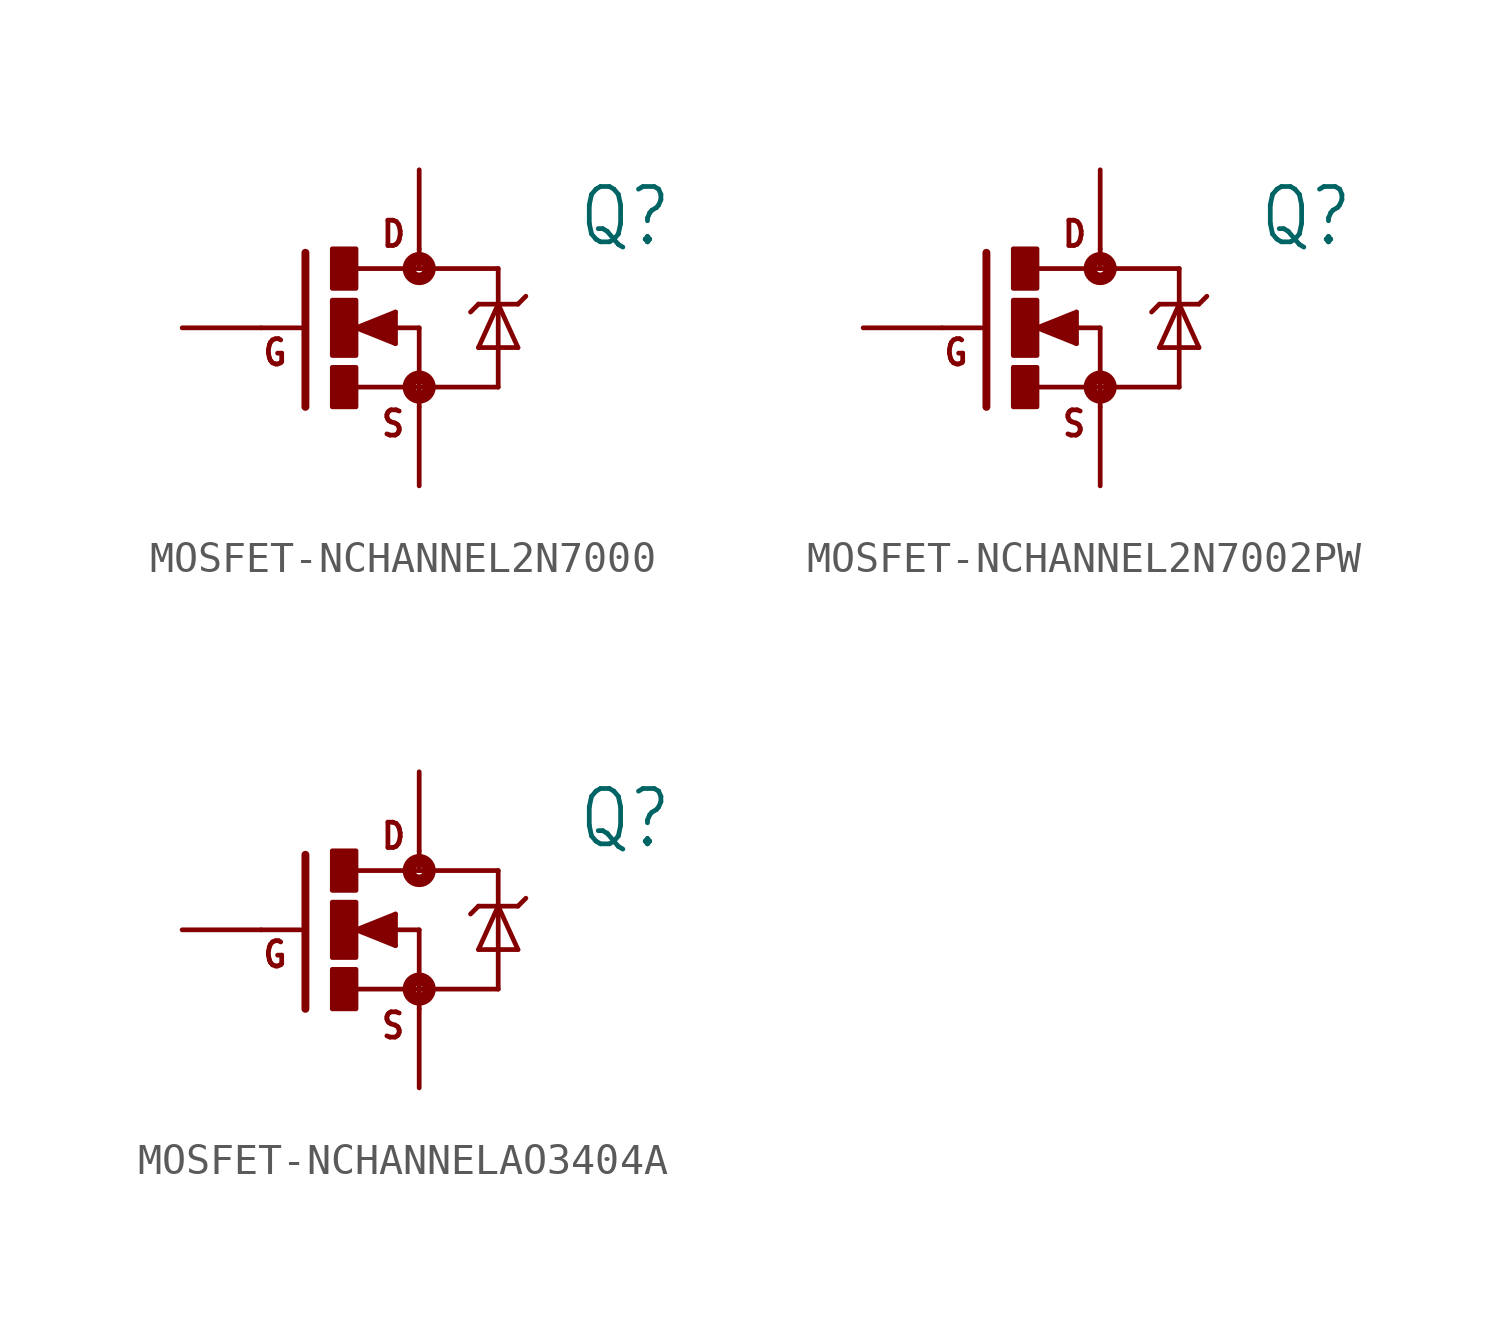
<source format=kicad_sym>
(kicad_symbol_lib
  (version 20220914)
  (generator kicad_symbol_editor)
  (symbol "MOSFET-NCHANNEL2N7000"
    (property "Reference" "Q"
      (at 5.08 2.54 0)
      (effects (font (size 1.778 1.511)) (justify left bottom)))
    (property "Value" ""
      (at 5.08 0 0)
      (effects (font (size 1.778 1.511)) (justify left bottom)))
    (property "ki_locked" ""
      (at 0 0 0)
      (effects (font (size 1.27 1.27))))
    (symbol "MOSFET-NCHANNEL2N7000_1_0"
      (rectangle (start -2.794 -2.54) (end -2.032 -1.27) (stroke (width 0) (type default)) (fill (type outline)))
      (rectangle (start -2.794 -0.889) (end -2.032 0.889) (stroke (width 0) (type default)) (fill (type outline)))
      (rectangle (start -2.794 1.27) (end -2.032 2.54) (stroke (width 0) (type default)) (fill (type outline)))
      (circle (center 0 -1.905) (radius 0.127) (stroke (width 0.406) (type solid)) (fill (type none)))
      (polyline (pts (xy -3.81 0) (xy -5.08 0)) (stroke (width 0.152) (type solid)) (fill (type none)))
      (polyline (pts (xy -3.658 2.413) (xy -3.658 -2.54)) (stroke (width 0.254) (type solid)) (fill (type none)))
      (polyline (pts (xy -2.032 -1.905) (xy 0 -1.905)) (stroke (width 0.152) (type solid)) (fill (type none)))
      (polyline (pts (xy -2.032 0) (xy -0.762 -0.508)) (stroke (width 0.152) (type solid)) (fill (type none)))
      (polyline (pts (xy -1.778 0) (xy -0.889 -0.254)) (stroke (width 0.305) (type solid)) (fill (type none)))
      (polyline (pts (xy -0.889 -0.254) (xy -0.889 0)) (stroke (width 0.305) (type solid)) (fill (type none)))
      (polyline (pts (xy -0.889 0) (xy -1.143 0)) (stroke (width 0.305) (type solid)) (fill (type none)))
      (polyline (pts (xy -0.889 0) (xy 0 0)) (stroke (width 0.152) (type solid)) (fill (type none)))
      (polyline (pts (xy -0.889 0.254) (xy -1.778 0)) (stroke (width 0.305) (type solid)) (fill (type none)))
      (polyline (pts (xy -0.762 -0.508) (xy -0.762 0.508)) (stroke (width 0.152) (type solid)) (fill (type none)))
      (polyline (pts (xy -0.762 0.508) (xy -2.032 0)) (stroke (width 0.152) (type solid)) (fill (type none)))
      (polyline (pts (xy 0 -1.905) (xy 0 -2.54)) (stroke (width 0.152) (type solid)) (fill (type none)))
      (polyline (pts (xy 0 0) (xy 0 -1.905)) (stroke (width 0.152) (type solid)) (fill (type none)))
      (polyline (pts (xy 0 1.905) (xy -2.007 1.905)) (stroke (width 0.152) (type solid)) (fill (type none)))
      (polyline (pts (xy 0 1.905) (xy 2.54 1.905)) (stroke (width 0.152) (type solid)) (fill (type none)))
      (polyline (pts (xy 0 2.54) (xy 0 1.905)) (stroke (width 0.152) (type solid)) (fill (type none)))
      (polyline (pts (xy 1.905 -0.635) (xy 3.175 -0.635)) (stroke (width 0.152) (type solid)) (fill (type none)))
      (polyline (pts (xy 1.905 0.762) (xy 1.651 0.508)) (stroke (width 0.152) (type solid)) (fill (type none)))
      (polyline (pts (xy 1.905 0.762) (xy 2.54 0.762)) (stroke (width 0.152) (type solid)) (fill (type none)))
      (polyline (pts (xy 2.54 -1.905) (xy 0 -1.905)) (stroke (width 0.152) (type solid)) (fill (type none)))
      (polyline (pts (xy 2.54 0.762) (xy 1.905 -0.635)) (stroke (width 0.152) (type solid)) (fill (type none)))
      (polyline (pts (xy 2.54 0.762) (xy 2.54 -1.905)) (stroke (width 0.152) (type solid)) (fill (type none)))
      (polyline (pts (xy 2.54 0.762) (xy 3.175 0.762)) (stroke (width 0.152) (type solid)) (fill (type none)))
      (polyline (pts (xy 2.54 1.905) (xy 2.54 0.762)) (stroke (width 0.152) (type solid)) (fill (type none)))
      (polyline (pts (xy 3.175 -0.635) (xy 2.54 0.762)) (stroke (width 0.152) (type solid)) (fill (type none)))
      (polyline (pts (xy 3.175 0.762) (xy 3.429 1.016)) (stroke (width 0.152) (type solid)) (fill (type none)))
      (circle (center 0 1.905) (radius 0.127) (stroke (width 0.406) (type solid)) (fill (type none)))
      (text "D" (at -1.27 2.54 0) (effects (font (size 0.813 0.691)) (justify left bottom)))
      (text "G" (at -5.08 -1.27 0) (effects (font (size 0.813 0.691)) (justify left bottom)))
      (text "S" (at -1.27 -3.556 0) (effects (font (size 0.813 0.691)) (justify left bottom)))
      (pin passive line (at 0 -5.08 90) (length 2.54) (name "S" (effects (font (size 0 0)))) (number "1" (effects (font (size 0 0)))))
      (pin passive line (at -7.62 0 0) (length 2.54) (name "G" (effects (font (size 0 0)))) (number "2" (effects (font (size 0 0)))))
      (pin passive line (at 0 5.08 270) (length 2.54) (name "D" (effects (font (size 0 0)))) (number "3" (effects (font (size 0 0)))))))
  (symbol "MOSFET-NCHANNEL2N7002PW"
    (property "Reference" "Q"
      (at 5.08 2.54 0)
      (effects (font (size 1.778 1.511)) (justify left bottom)))
    (property "Value" ""
      (at 5.08 0 0)
      (effects (font (size 1.778 1.511)) (justify left bottom)))
    (property "ki_locked" ""
      (at 0 0 0)
      (effects (font (size 1.27 1.27))))
    (symbol "MOSFET-NCHANNEL2N7002PW_1_0"
      (rectangle (start -2.794 -2.54) (end -2.032 -1.27) (stroke (width 0) (type default)) (fill (type outline)))
      (rectangle (start -2.794 -0.889) (end -2.032 0.889) (stroke (width 0) (type default)) (fill (type outline)))
      (rectangle (start -2.794 1.27) (end -2.032 2.54) (stroke (width 0) (type default)) (fill (type outline)))
      (circle (center 0 -1.905) (radius 0.127) (stroke (width 0.406) (type solid)) (fill (type none)))
      (polyline (pts (xy -3.81 0) (xy -5.08 0)) (stroke (width 0.152) (type solid)) (fill (type none)))
      (polyline (pts (xy -3.658 2.413) (xy -3.658 -2.54)) (stroke (width 0.254) (type solid)) (fill (type none)))
      (polyline (pts (xy -2.032 -1.905) (xy 0 -1.905)) (stroke (width 0.152) (type solid)) (fill (type none)))
      (polyline (pts (xy -2.032 0) (xy -0.762 -0.508)) (stroke (width 0.152) (type solid)) (fill (type none)))
      (polyline (pts (xy -1.778 0) (xy -0.889 -0.254)) (stroke (width 0.305) (type solid)) (fill (type none)))
      (polyline (pts (xy -0.889 -0.254) (xy -0.889 0)) (stroke (width 0.305) (type solid)) (fill (type none)))
      (polyline (pts (xy -0.889 0) (xy -1.143 0)) (stroke (width 0.305) (type solid)) (fill (type none)))
      (polyline (pts (xy -0.889 0) (xy 0 0)) (stroke (width 0.152) (type solid)) (fill (type none)))
      (polyline (pts (xy -0.889 0.254) (xy -1.778 0)) (stroke (width 0.305) (type solid)) (fill (type none)))
      (polyline (pts (xy -0.762 -0.508) (xy -0.762 0.508)) (stroke (width 0.152) (type solid)) (fill (type none)))
      (polyline (pts (xy -0.762 0.508) (xy -2.032 0)) (stroke (width 0.152) (type solid)) (fill (type none)))
      (polyline (pts (xy 0 -1.905) (xy 0 -2.54)) (stroke (width 0.152) (type solid)) (fill (type none)))
      (polyline (pts (xy 0 0) (xy 0 -1.905)) (stroke (width 0.152) (type solid)) (fill (type none)))
      (polyline (pts (xy 0 1.905) (xy -2.007 1.905)) (stroke (width 0.152) (type solid)) (fill (type none)))
      (polyline (pts (xy 0 1.905) (xy 2.54 1.905)) (stroke (width 0.152) (type solid)) (fill (type none)))
      (polyline (pts (xy 0 2.54) (xy 0 1.905)) (stroke (width 0.152) (type solid)) (fill (type none)))
      (polyline (pts (xy 1.905 -0.635) (xy 3.175 -0.635)) (stroke (width 0.152) (type solid)) (fill (type none)))
      (polyline (pts (xy 1.905 0.762) (xy 1.651 0.508)) (stroke (width 0.152) (type solid)) (fill (type none)))
      (polyline (pts (xy 1.905 0.762) (xy 2.54 0.762)) (stroke (width 0.152) (type solid)) (fill (type none)))
      (polyline (pts (xy 2.54 -1.905) (xy 0 -1.905)) (stroke (width 0.152) (type solid)) (fill (type none)))
      (polyline (pts (xy 2.54 0.762) (xy 1.905 -0.635)) (stroke (width 0.152) (type solid)) (fill (type none)))
      (polyline (pts (xy 2.54 0.762) (xy 2.54 -1.905)) (stroke (width 0.152) (type solid)) (fill (type none)))
      (polyline (pts (xy 2.54 0.762) (xy 3.175 0.762)) (stroke (width 0.152) (type solid)) (fill (type none)))
      (polyline (pts (xy 2.54 1.905) (xy 2.54 0.762)) (stroke (width 0.152) (type solid)) (fill (type none)))
      (polyline (pts (xy 3.175 -0.635) (xy 2.54 0.762)) (stroke (width 0.152) (type solid)) (fill (type none)))
      (polyline (pts (xy 3.175 0.762) (xy 3.429 1.016)) (stroke (width 0.152) (type solid)) (fill (type none)))
      (circle (center 0 1.905) (radius 0.127) (stroke (width 0.406) (type solid)) (fill (type none)))
      (text "D" (at -1.27 2.54 0) (effects (font (size 0.813 0.691)) (justify left bottom)))
      (text "G" (at -5.08 -1.27 0) (effects (font (size 0.813 0.691)) (justify left bottom)))
      (text "S" (at -1.27 -3.556 0) (effects (font (size 0.813 0.691)) (justify left bottom)))
      (pin passive line (at -7.62 0 0) (length 2.54) (name "G" (effects (font (size 0 0)))) (number "1" (effects (font (size 0 0)))))
      (pin passive line (at 0 -5.08 90) (length 2.54) (name "S" (effects (font (size 0 0)))) (number "2" (effects (font (size 0 0)))))
      (pin passive line (at 0 5.08 270) (length 2.54) (name "D" (effects (font (size 0 0)))) (number "3" (effects (font (size 0 0)))))))
  (symbol "MOSFET-NCHANNELAO3404A"
    (property "Reference" "Q"
      (at 5.08 2.54 0)
      (effects (font (size 1.778 1.511)) (justify left bottom)))
    (property "Value" ""
      (at 5.08 0 0)
      (effects (font (size 1.778 1.511)) (justify left bottom)))
    (property "ki_locked" ""
      (at 0 0 0)
      (effects (font (size 1.27 1.27))))
    (symbol "MOSFET-NCHANNELAO3404A_1_0"
      (rectangle (start -2.794 -2.54) (end -2.032 -1.27) (stroke (width 0) (type default)) (fill (type outline)))
      (rectangle (start -2.794 -0.889) (end -2.032 0.889) (stroke (width 0) (type default)) (fill (type outline)))
      (rectangle (start -2.794 1.27) (end -2.032 2.54) (stroke (width 0) (type default)) (fill (type outline)))
      (circle (center 0 -1.905) (radius 0.127) (stroke (width 0.406) (type solid)) (fill (type none)))
      (polyline (pts (xy -3.81 0) (xy -5.08 0)) (stroke (width 0.152) (type solid)) (fill (type none)))
      (polyline (pts (xy -3.658 2.413) (xy -3.658 -2.54)) (stroke (width 0.254) (type solid)) (fill (type none)))
      (polyline (pts (xy -2.032 -1.905) (xy 0 -1.905)) (stroke (width 0.152) (type solid)) (fill (type none)))
      (polyline (pts (xy -2.032 0) (xy -0.762 -0.508)) (stroke (width 0.152) (type solid)) (fill (type none)))
      (polyline (pts (xy -1.778 0) (xy -0.889 -0.254)) (stroke (width 0.305) (type solid)) (fill (type none)))
      (polyline (pts (xy -0.889 -0.254) (xy -0.889 0)) (stroke (width 0.305) (type solid)) (fill (type none)))
      (polyline (pts (xy -0.889 0) (xy -1.143 0)) (stroke (width 0.305) (type solid)) (fill (type none)))
      (polyline (pts (xy -0.889 0) (xy 0 0)) (stroke (width 0.152) (type solid)) (fill (type none)))
      (polyline (pts (xy -0.889 0.254) (xy -1.778 0)) (stroke (width 0.305) (type solid)) (fill (type none)))
      (polyline (pts (xy -0.762 -0.508) (xy -0.762 0.508)) (stroke (width 0.152) (type solid)) (fill (type none)))
      (polyline (pts (xy -0.762 0.508) (xy -2.032 0)) (stroke (width 0.152) (type solid)) (fill (type none)))
      (polyline (pts (xy 0 -1.905) (xy 0 -2.54)) (stroke (width 0.152) (type solid)) (fill (type none)))
      (polyline (pts (xy 0 0) (xy 0 -1.905)) (stroke (width 0.152) (type solid)) (fill (type none)))
      (polyline (pts (xy 0 1.905) (xy -2.007 1.905)) (stroke (width 0.152) (type solid)) (fill (type none)))
      (polyline (pts (xy 0 1.905) (xy 2.54 1.905)) (stroke (width 0.152) (type solid)) (fill (type none)))
      (polyline (pts (xy 0 2.54) (xy 0 1.905)) (stroke (width 0.152) (type solid)) (fill (type none)))
      (polyline (pts (xy 1.905 -0.635) (xy 3.175 -0.635)) (stroke (width 0.152) (type solid)) (fill (type none)))
      (polyline (pts (xy 1.905 0.762) (xy 1.651 0.508)) (stroke (width 0.152) (type solid)) (fill (type none)))
      (polyline (pts (xy 1.905 0.762) (xy 2.54 0.762)) (stroke (width 0.152) (type solid)) (fill (type none)))
      (polyline (pts (xy 2.54 -1.905) (xy 0 -1.905)) (stroke (width 0.152) (type solid)) (fill (type none)))
      (polyline (pts (xy 2.54 0.762) (xy 1.905 -0.635)) (stroke (width 0.152) (type solid)) (fill (type none)))
      (polyline (pts (xy 2.54 0.762) (xy 2.54 -1.905)) (stroke (width 0.152) (type solid)) (fill (type none)))
      (polyline (pts (xy 2.54 0.762) (xy 3.175 0.762)) (stroke (width 0.152) (type solid)) (fill (type none)))
      (polyline (pts (xy 2.54 1.905) (xy 2.54 0.762)) (stroke (width 0.152) (type solid)) (fill (type none)))
      (polyline (pts (xy 3.175 -0.635) (xy 2.54 0.762)) (stroke (width 0.152) (type solid)) (fill (type none)))
      (polyline (pts (xy 3.175 0.762) (xy 3.429 1.016)) (stroke (width 0.152) (type solid)) (fill (type none)))
      (circle (center 0 1.905) (radius 0.127) (stroke (width 0.406) (type solid)) (fill (type none)))
      (text "D" (at -1.27 2.54 0) (effects (font (size 0.813 0.691)) (justify left bottom)))
      (text "G" (at -5.08 -1.27 0) (effects (font (size 0.813 0.691)) (justify left bottom)))
      (text "S" (at -1.27 -3.556 0) (effects (font (size 0.813 0.691)) (justify left bottom)))
      (pin passive line (at -7.62 0 0) (length 2.54) (name "G" (effects (font (size 0 0)))) (number "1" (effects (font (size 0 0)))))
      (pin passive line (at 0 -5.08 90) (length 2.54) (name "S" (effects (font (size 0 0)))) (number "2" (effects (font (size 0 0)))))
      (pin passive line (at 0 5.08 270) (length 2.54) (name "D" (effects (font (size 0 0)))) (number "3" (effects (font (size 0 0))))))))
</source>
